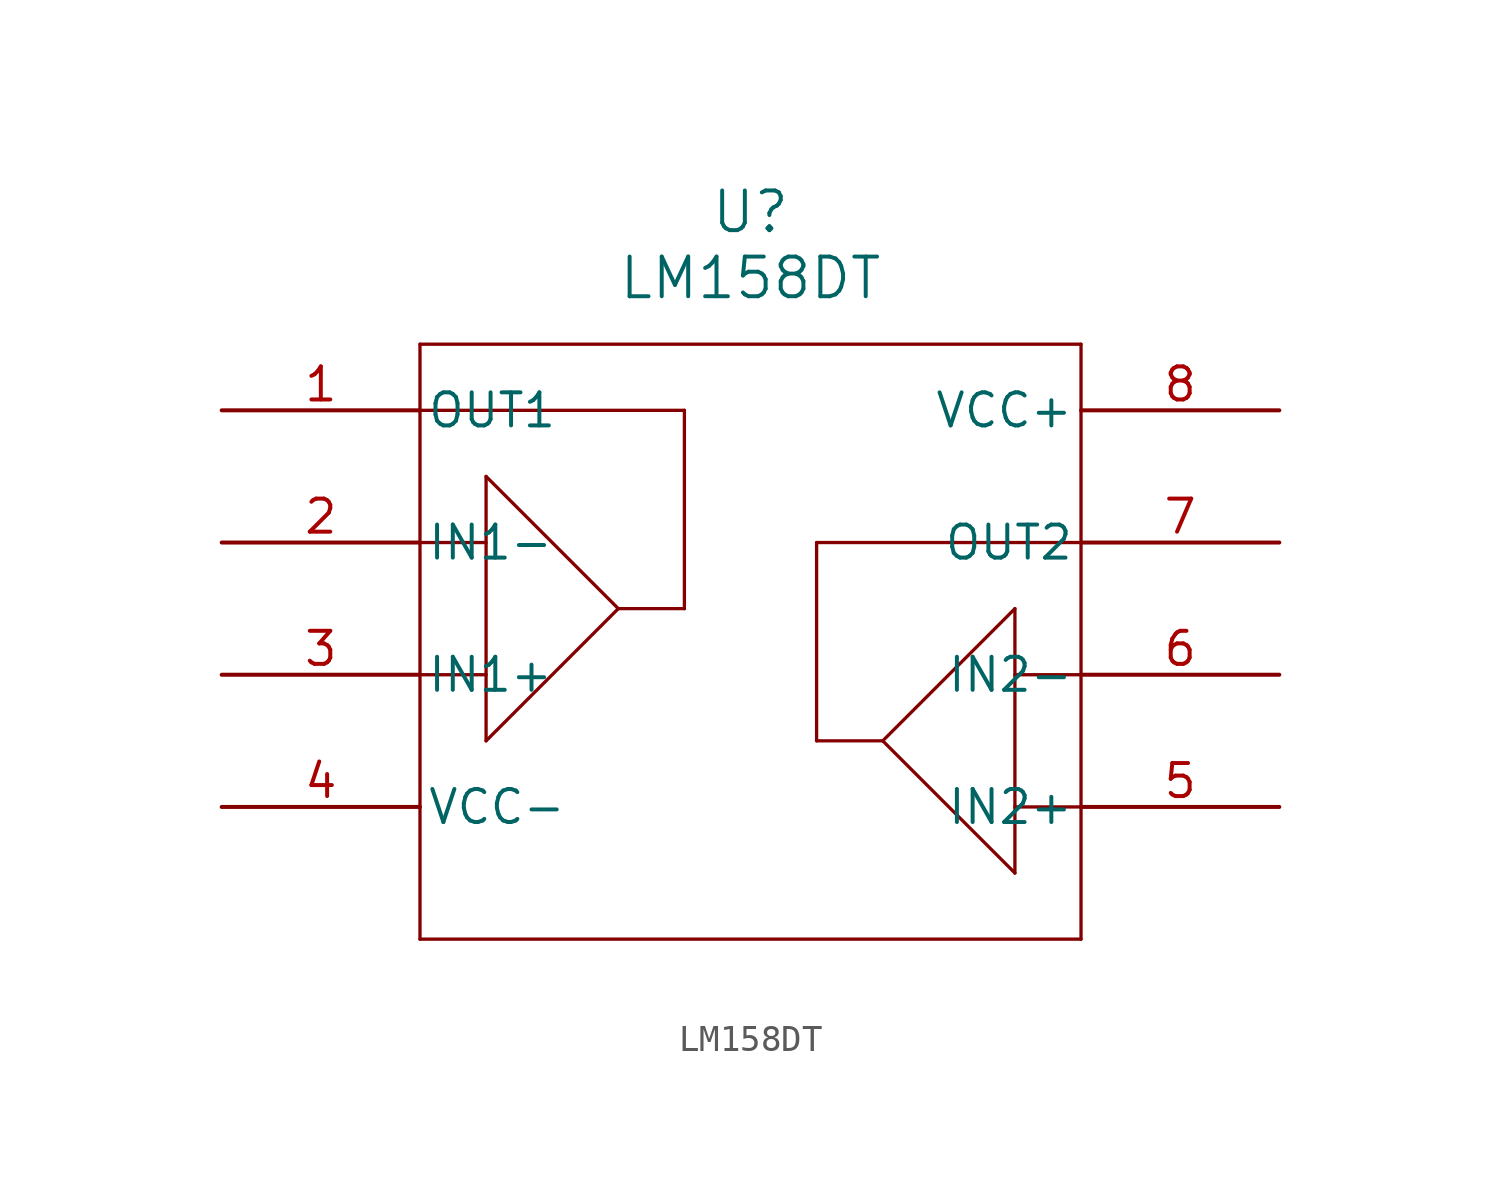
<source format=kicad_sym>
(kicad_symbol_lib
  (version 20211014)
  (generator kicad_symbol_editor)
  (symbol "LM158DT"
    (pin_names
      (offset 0.254))
    (property "Reference" "U"
      (at 20.32 7.62 0)
      (effects (font (size 1.524 1.524))))
    (property "Value" "LM158DT"
      (at 20.32 5.08 0)
      (effects (font (size 1.524 1.524))))
    (symbol "LM158DT_0_1"
      (polyline (pts (xy 7.62 2.54) (xy 7.62 -20.32)) (stroke (width 0.127) (type default) (color 0 0 0 0)) (fill (type none)))
      (polyline (pts (xy 7.62 -20.32) (xy 33.02 -20.32)) (stroke (width 0.127) (type default) (color 0 0 0 0)) (fill (type none)))
      (polyline (pts (xy 33.02 -20.32) (xy 33.02 2.54)) (stroke (width 0.127) (type default) (color 0 0 0 0)) (fill (type none)))
      (polyline (pts (xy 33.02 2.54) (xy 7.62 2.54)) (stroke (width 0.127) (type default) (color 0 0 0 0)) (fill (type none)))
      (polyline (pts (xy 7.62 0) (xy 17.78 0)) (stroke (width 0.127) (type default) (color 0 0 0 0)) (fill (type none)))
      (polyline (pts (xy 17.78 0) (xy 17.78 -7.62)) (stroke (width 0.127) (type default) (color 0 0 0 0)) (fill (type none)))
      (polyline (pts (xy 17.78 -7.62) (xy 15.24 -7.62)) (stroke (width 0.127) (type default) (color 0 0 0 0)) (fill (type none)))
      (polyline (pts (xy 15.24 -7.62) (xy 10.16 -2.54)) (stroke (width 0.127) (type default) (color 0 0 0 0)) (fill (type none)))
      (polyline (pts (xy 10.16 -2.54) (xy 10.16 -12.7)) (stroke (width 0.127) (type default) (color 0 0 0 0)) (fill (type none)))
      (polyline (pts (xy 10.16 -12.7) (xy 15.24 -7.62)) (stroke (width 0.127) (type default) (color 0 0 0 0)) (fill (type none)))
      (polyline (pts (xy 7.62 -10.16) (xy 10.16 -10.16)) (stroke (width 0.127) (type default) (color 0 0 0 0)) (fill (type none)))
      (polyline (pts (xy 7.62 -5.08) (xy 10.16 -5.08)) (stroke (width 0.127) (type default) (color 0 0 0 0)) (fill (type none)))
      (polyline (pts (xy 33.02 -5.08) (xy 22.86 -5.08)) (stroke (width 0.127) (type default) (color 0 0 0 0)) (fill (type none)))
      (polyline (pts (xy 22.86 -5.08) (xy 22.86 -12.7)) (stroke (width 0.127) (type default) (color 0 0 0 0)) (fill (type none)))
      (polyline (pts (xy 22.86 -12.7) (xy 25.4 -12.7)) (stroke (width 0.127) (type default) (color 0 0 0 0)) (fill (type none)))
      (polyline (pts (xy 25.4 -12.7) (xy 30.48 -7.62)) (stroke (width 0.127) (type default) (color 0 0 0 0)) (fill (type none)))
      (polyline (pts (xy 30.48 -7.62) (xy 30.48 -17.78)) (stroke (width 0.127) (type default) (color 0 0 0 0)) (fill (type none)))
      (polyline (pts (xy 30.48 -17.78) (xy 25.4 -12.7)) (stroke (width 0.127) (type default) (color 0 0 0 0)) (fill (type none)))
      (polyline (pts (xy 30.48 -15.24) (xy 33.02 -15.24)) (stroke (width 0.127) (type default) (color 0 0 0 0)) (fill (type none)))
      (polyline (pts (xy 33.02 -10.16) (xy 30.48 -10.16)) (stroke (width 0.127) (type default) (color 0 0 0 0)) (fill (type none)))
      (pin output line (at 0 0 0) (length 7.62) (name "OUT1" (effects (font (size 1.27 1.27)))) (number "1" (effects (font (size 1.27 1.27)))))
      (pin input line (at 0 -5.08 0) (length 7.62) (name "IN1-" (effects (font (size 1.27 1.27)))) (number "2" (effects (font (size 1.27 1.27)))))
      (pin input line (at 0 -10.16 0) (length 7.62) (name "IN1+" (effects (font (size 1.27 1.27)))) (number "3" (effects (font (size 1.27 1.27)))))
      (pin power_in line (at 0 -15.24 0) (length 7.62) (name "VCC-" (effects (font (size 1.27 1.27)))) (number "4" (effects (font (size 1.27 1.27)))))
      (pin input line (at 40.64 -15.24 180) (length 7.62) (name "IN2+" (effects (font (size 1.27 1.27)))) (number "5" (effects (font (size 1.27 1.27)))))
      (pin input line (at 40.64 -10.16 180) (length 7.62) (name "IN2-" (effects (font (size 1.27 1.27)))) (number "6" (effects (font (size 1.27 1.27)))))
      (pin output line (at 40.64 -5.08 180) (length 7.62) (name "OUT2" (effects (font (size 1.27 1.27)))) (number "7" (effects (font (size 1.27 1.27)))))
      (pin power_in line (at 40.64 0 180) (length 7.62) (name "VCC+" (effects (font (size 1.27 1.27)))) (number "8" (effects (font (size 1.27 1.27))))))))
</source>
